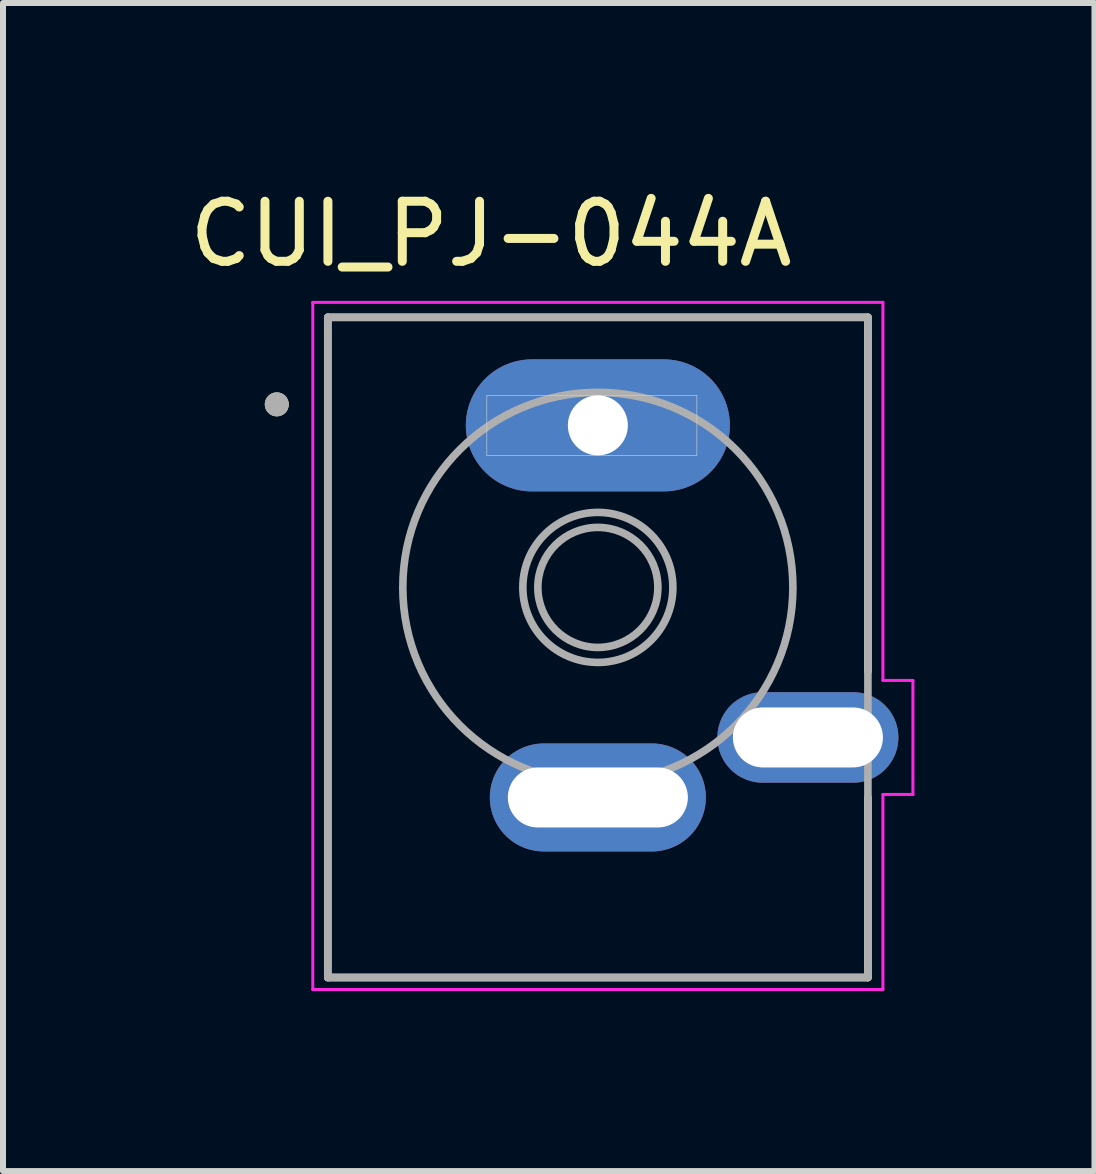
<source format=kicad_pcb>
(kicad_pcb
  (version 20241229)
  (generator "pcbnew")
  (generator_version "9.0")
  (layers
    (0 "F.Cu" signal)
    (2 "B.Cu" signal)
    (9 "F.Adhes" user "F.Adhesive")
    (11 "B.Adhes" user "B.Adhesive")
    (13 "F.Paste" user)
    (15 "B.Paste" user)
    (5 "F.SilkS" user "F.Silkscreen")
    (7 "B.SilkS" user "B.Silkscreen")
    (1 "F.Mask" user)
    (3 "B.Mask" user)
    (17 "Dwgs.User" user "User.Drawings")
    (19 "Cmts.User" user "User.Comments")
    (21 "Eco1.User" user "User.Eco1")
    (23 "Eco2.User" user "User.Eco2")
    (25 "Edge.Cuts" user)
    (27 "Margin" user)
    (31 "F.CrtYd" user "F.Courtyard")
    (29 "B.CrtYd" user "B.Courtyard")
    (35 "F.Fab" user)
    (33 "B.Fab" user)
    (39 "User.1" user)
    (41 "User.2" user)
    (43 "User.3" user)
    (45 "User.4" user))
  (footprint "CUI_PJ-044A"
    (layer "F.Cu")
    (at 6.912 7.738)
    (property "Reference" "CUI_PJ-044A" (at -1.781 -6.889 0) (layer "F.SilkS") (effects (font (size 1.001 1.001) (thickness 0.15))))
    (attr through_hole)
    (fp_line (start -4.5 -5.5) (end 4.5 -5.5) (stroke (width 0.127) (type solid)) (layer "F.SilkS"))
    (fp_line (start -4.5 5.5) (end -4.5 -5.5) (stroke (width 0.127) (type solid)) (layer "F.SilkS"))
    (fp_line (start 4.5 -5.5) (end 4.5 0.4) (stroke (width 0.127) (type solid)) (layer "F.SilkS"))
    (fp_line (start 4.5 2.5) (end 4.5 5.5) (stroke (width 0.127) (type solid)) (layer "F.SilkS"))
    (fp_line (start 4.5 5.5) (end -4.5 5.5) (stroke (width 0.127) (type solid)) (layer "F.SilkS"))
    (fp_circle (center -5.35 -4.05) (end -5.25 -4.05) (stroke (width 0.2) (type solid)) (fill no) (layer "F.SilkS"))
    (fp_line (start -1.85 -4.2) (end 1.65 -4.2) (stroke (width 0.01) (type solid)) (layer "Edge.Cuts"))
    (fp_line (start -1.85 -3.2) (end -1.85 -4.2) (stroke (width 0.01) (type solid)) (layer "Edge.Cuts"))
    (fp_line (start 1.65 -4.2) (end 1.65 -3.2) (stroke (width 0.01) (type solid)) (layer "Edge.Cuts"))
    (fp_line (start 1.65 -3.2) (end -1.85 -3.2) (stroke (width 0.01) (type solid)) (layer "Edge.Cuts"))
    (fp_line (start -4.75 -5.75) (end 4.75 -5.75) (stroke (width 0.05) (type solid)) (layer "F.CrtYd"))
    (fp_line (start -4.75 5.7) (end -4.75 -5.75) (stroke (width 0.05) (type solid)) (layer "F.CrtYd"))
    (fp_line (start 4.75 -5.75) (end 4.75 0.55) (stroke (width 0.05) (type solid)) (layer "F.CrtYd"))
    (fp_line (start 4.75 0.55) (end 5.25 0.55) (stroke (width 0.05) (type solid)) (layer "F.CrtYd"))
    (fp_line (start 4.75 2.45) (end 4.75 5.7) (stroke (width 0.05) (type solid)) (layer "F.CrtYd"))
    (fp_line (start 4.75 5.7) (end -4.75 5.7) (stroke (width 0.05) (type solid)) (layer "F.CrtYd"))
    (fp_line (start 5.25 0.55) (end 5.25 2.45) (stroke (width 0.05) (type solid)) (layer "F.CrtYd"))
    (fp_line (start 5.25 2.45) (end 4.75 2.45) (stroke (width 0.05) (type solid)) (layer "F.CrtYd"))
    (fp_line (start -4.5 -5.5) (end 4.5 -5.5) (stroke (width 0.127) (type solid)) (layer "F.Fab"))
    (fp_line (start -4.5 5.5) (end -4.5 -5.5) (stroke (width 0.127) (type solid)) (layer "F.Fab"))
    (fp_line (start 4.5 -5.5) (end 4.5 5.5) (stroke (width 0.127) (type solid)) (layer "F.Fab"))
    (fp_line (start 4.5 5.5) (end -4.5 5.5) (stroke (width 0.127) (type solid)) (layer "F.Fab"))
    (fp_circle (center -5.35 -4.05) (end -5.25 -4.05) (stroke (width 0.2) (type solid)) (fill no) (layer "F.Fab"))
    (fp_circle (center 0 -1) (end 1 -1) (stroke (width 0.127) (type solid)) (fill no) (layer "F.Fab"))
    (fp_circle (center 0 -1) (end 1.25 -1) (stroke (width 0.127) (type solid)) (fill no) (layer "F.Fab"))
    (fp_circle (center 0 -1) (end 3.25 -1) (stroke (width 0.127) (type solid)) (fill no) (layer "F.Fab"))
    (pad "1" thru_hole oval (at 0 -3.7) (size 4.4 2.2) (drill 1) (layers "*.Cu" "*.Mask"))
    (pad "2" thru_hole oval (at 0 2.5) (size 3.6 1.8) (drill oval 3 1) (layers "*.Cu" "*.Mask"))
    (pad "3" thru_hole oval (at 3.5 1.5) (size 3.016 1.508) (drill oval 2.5 1) (layers "*.Cu" "*.Mask")))
  (gr_rect
    (start -3 -3)
    (end 15.187 16.463)
    (stroke (width 0.1) (type default))
    (fill no)
    (layer "Edge.Cuts")))
</source>
